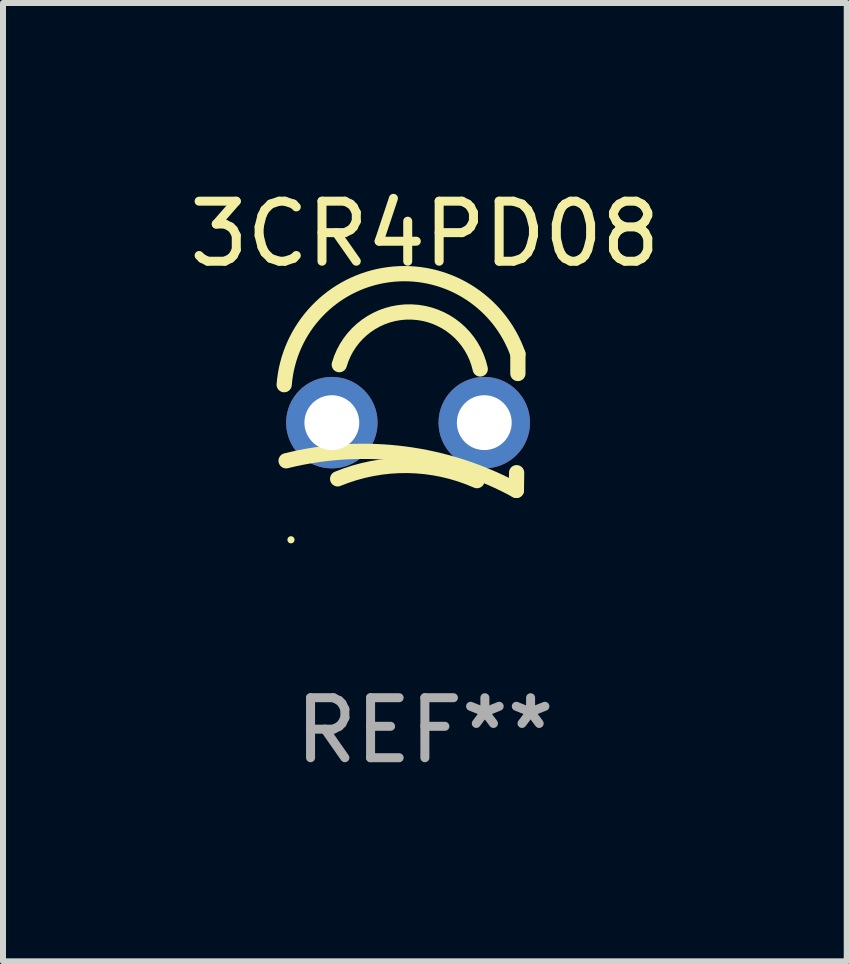
<source format=kicad_pcb>
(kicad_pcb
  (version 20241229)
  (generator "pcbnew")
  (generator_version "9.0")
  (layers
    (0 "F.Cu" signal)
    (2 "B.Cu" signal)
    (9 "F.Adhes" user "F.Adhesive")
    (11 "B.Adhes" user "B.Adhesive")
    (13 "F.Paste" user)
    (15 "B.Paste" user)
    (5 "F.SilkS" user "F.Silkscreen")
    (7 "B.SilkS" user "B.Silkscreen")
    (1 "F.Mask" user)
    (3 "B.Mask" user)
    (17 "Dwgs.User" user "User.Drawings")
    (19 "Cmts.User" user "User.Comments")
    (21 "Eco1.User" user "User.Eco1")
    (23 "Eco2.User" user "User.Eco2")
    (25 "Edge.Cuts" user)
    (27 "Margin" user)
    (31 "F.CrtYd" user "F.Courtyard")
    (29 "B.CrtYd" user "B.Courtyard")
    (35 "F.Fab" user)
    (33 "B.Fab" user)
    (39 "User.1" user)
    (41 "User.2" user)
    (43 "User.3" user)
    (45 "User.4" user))
  (footprint "3CR4PD08"
    (layer "F.Cu")
    (at 4.03 3.985)
    (property "Reference" "3CR4PD08" (at 0 -3.137 0) (layer "F.SilkS") (effects (font (size 1 1) (thickness 0.15))))
    (attr through_hole)
    (fp_line (start 1.529 0.842) (end 1.525 1.137) (stroke (width 0.254) (type solid)) (layer "F.SilkS"))
    (fp_line (start 1.55 -1.137) (end 1.55 -0.811) (stroke (width 0.254) (type solid)) (layer "F.SilkS"))
    (fp_arc (start -2.344336 -0.624664) (mid -0.604362 -2.457931) (end 1.550229 -1.136525) (stroke (width 0.254001) (type solid)) (layer "F.SilkS"))
    (fp_arc (start -2.31223 0.643358) (mid -0.347208 0.529557) (end 1.525184 1.136526) (stroke (width 0.254001) (type solid)) (layer "F.SilkS"))
    (fp_arc (start -1.45348 0.944425) (mid -0.289454 0.72139) (end 0.868415 0.974448) (stroke (width 0.254001) (type solid)) (layer "F.SilkS"))
    (fp_arc (start -1.426174 -0.958548) (mid -0.223791 -1.836179) (end 0.922695 -0.88669) (stroke (width 0.254001) (type solid)) (layer "F.SilkS"))
    (fp_circle (center -2.231 1.96) (end -2.201 1.96) (stroke (width 0.06) (type solid)) (fill no) (layer "F.SilkS"))
    (fp_text user "REF**" (at 0 5.137 0) (layer "F.Fab") (effects (font (size 1 1) (thickness 0.15))))
    (pad "1" thru_hole circle (at -1.55 0.008) (size 1.524 1.524) (drill 0.914) (layers "*.Cu" "*.Mask"))
    (pad "2" thru_hole circle (at 0.99 0.008) (size 1.524 1.524) (drill 0.914) (layers "*.Cu" "*.Mask")))
  (gr_rect
    (start -3 -3)
    (end 11.06 12.97)
    (stroke (width 0.1) (type default))
    (fill no)
    (layer "Edge.Cuts")))
</source>
